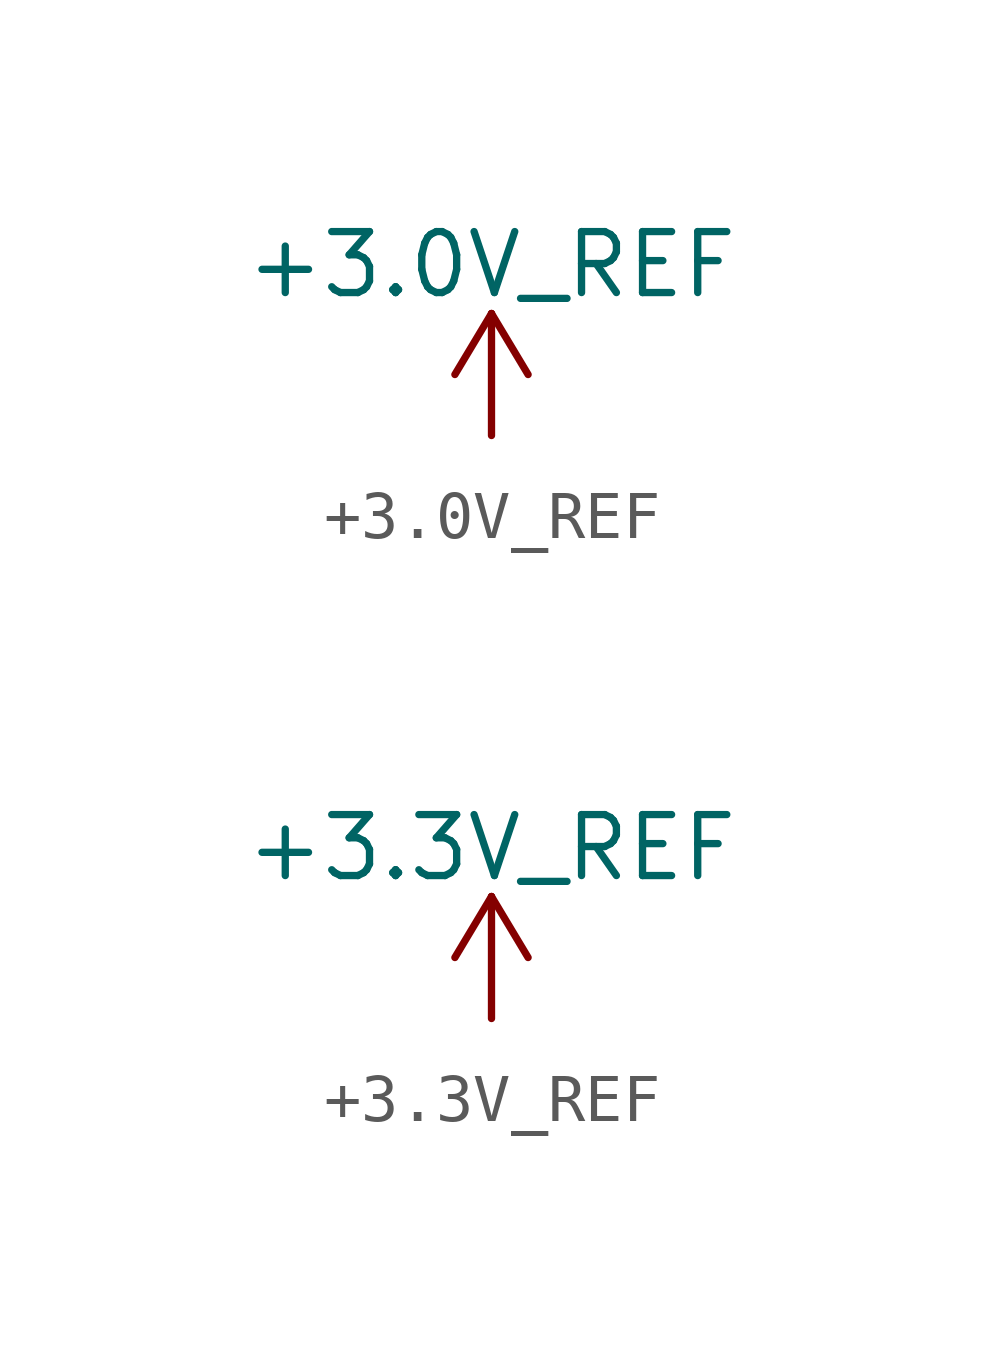
<source format=kicad_sym>
(kicad_symbol_lib
  (version 20220914)
  (generator kicad_symbol_editor)
  (symbol "+3.0V_REF"
    (power)
    (pin_names
      (offset 0))
    (property "Reference" "#PWR"
      (at 0 -3.81 0)
      (effects (font (size 1.27 1.27)) hide))
    (property "Value" "+3.0V_REF"
      (at 0 3.556 0)
      (effects (font (size 1.27 1.27))))
    (symbol "+3.0V_REF_0_1"
      (polyline (pts (xy -0.762 1.27) (xy 0 2.54)) (stroke (width 0) (type default)) (fill (type none)))
      (polyline (pts (xy 0 0) (xy 0 2.54)) (stroke (width 0) (type default)) (fill (type none)))
      (polyline (pts (xy 0 2.54) (xy 0.762 1.27)) (stroke (width 0) (type default)) (fill (type none))))
    (symbol "+3.0V_REF_1_1"
      (pin power_in line (at 0 0 90) (length 0) hide (name "+3.0V_REF" (effects (font (size 1.27 1.27)))) (number "1" (effects (font (size 1.27 1.27)))))))
  (symbol "+3.3V_REF"
    (power)
    (pin_names
      (offset 0))
    (property "Reference" "#PWR"
      (at 0 -3.81 0)
      (effects (font (size 1.27 1.27)) hide))
    (property "Value" "+3.3V_REF"
      (at 0 3.556 0)
      (effects (font (size 1.27 1.27))))
    (symbol "+3.3V_REF_0_1"
      (polyline (pts (xy -0.762 1.27) (xy 0 2.54)) (stroke (width 0) (type default)) (fill (type none)))
      (polyline (pts (xy 0 0) (xy 0 2.54)) (stroke (width 0) (type default)) (fill (type none)))
      (polyline (pts (xy 0 2.54) (xy 0.762 1.27)) (stroke (width 0) (type default)) (fill (type none))))
    (symbol "+3.3V_REF_1_1"
      (pin power_in line (at 0 0 90) (length 0) hide (name "+3.3V_REF" (effects (font (size 1.27 1.27)))) (number "1" (effects (font (size 1.27 1.27))))))))
</source>
